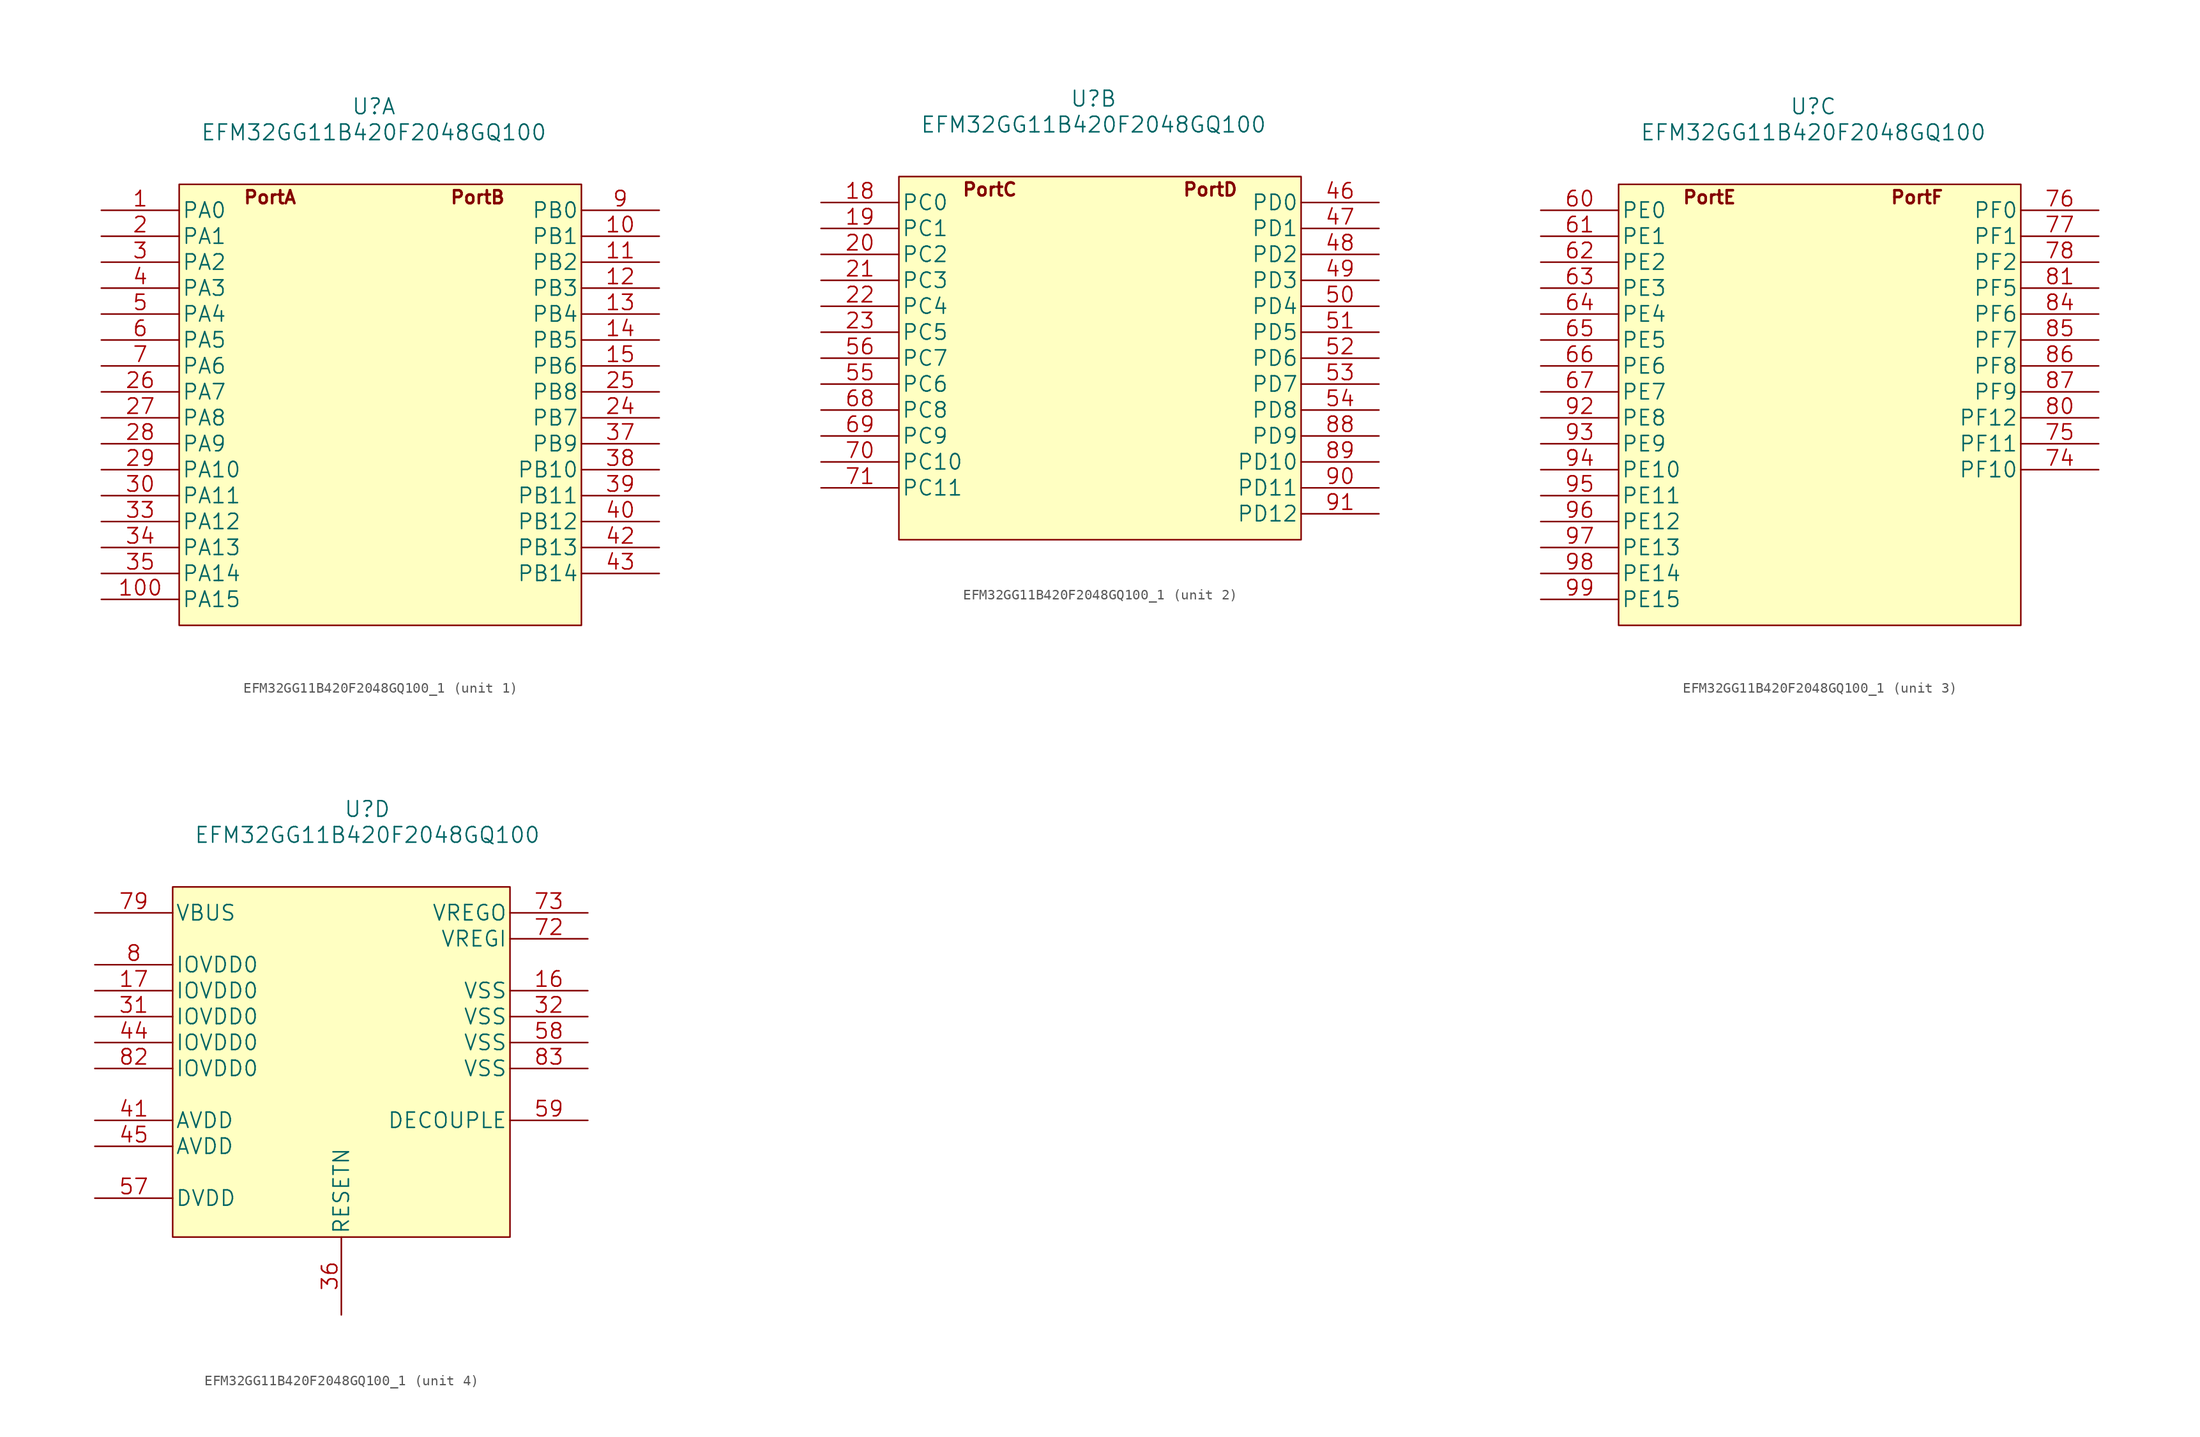
<source format=kicad_sym>
(kicad_symbol_lib
  (version 20220914)
  (generator kicad_symbol_editor)
  (symbol "EFM32GG11B420F2048GQ100_1"
    (pin_names
      (offset 0.254))
    (property "Reference" "U"
      (at 19.05 10.16 0)
      (effects (font (size 1.524 1.524))))
    (property "Value" "EFM32GG11B420F2048GQ100"
      (at 19.05 7.62 0)
      (effects (font (size 1.524 1.524))))
    (symbol "EFM32GG11B420F2048GQ100_1_1_1"
      (rectangle (start 0 2.54) (end 39.37 -40.64) (stroke (width 0) (type default)) (fill (type background)))
      (text "PortA" (at 8.89 1.27 0) (effects (font (size 1.27 1.27) bold)))
      (text "PortB" (at 29.21 1.27 0) (effects (font (size 1.27 1.27) bold)))
      (pin bidirectional line (at -7.62 0 0) (length 7.62) (name "PA0" (effects (font (size 1.499 1.499)))) (number "1" (effects (font (size 1.499 1.499)))))
      (pin bidirectional line (at 46.99 -2.54 180) (length 7.62) (name "PB1" (effects (font (size 1.499 1.499)))) (number "10" (effects (font (size 1.499 1.499)))))
      (pin bidirectional line (at -7.62 -38.1 0) (length 7.62) (name "PA15" (effects (font (size 1.499 1.499)))) (number "100" (effects (font (size 1.499 1.499)))))
      (pin bidirectional line (at 46.99 -5.08 180) (length 7.62) (name "PB2" (effects (font (size 1.499 1.499)))) (number "11" (effects (font (size 1.499 1.499)))))
      (pin bidirectional line (at 46.99 -7.62 180) (length 7.62) (name "PB3" (effects (font (size 1.499 1.499)))) (number "12" (effects (font (size 1.499 1.499)))))
      (pin bidirectional line (at 46.99 -10.16 180) (length 7.62) (name "PB4" (effects (font (size 1.499 1.499)))) (number "13" (effects (font (size 1.499 1.499)))))
      (pin bidirectional line (at 46.99 -12.7 180) (length 7.62) (name "PB5" (effects (font (size 1.499 1.499)))) (number "14" (effects (font (size 1.499 1.499)))))
      (pin bidirectional line (at 46.99 -15.24 180) (length 7.62) (name "PB6" (effects (font (size 1.499 1.499)))) (number "15" (effects (font (size 1.499 1.499)))))
      (pin bidirectional line (at -7.62 -2.54 0) (length 7.62) (name "PA1" (effects (font (size 1.499 1.499)))) (number "2" (effects (font (size 1.499 1.499)))))
      (pin bidirectional line (at 46.99 -20.32 180) (length 7.62) (name "PB7" (effects (font (size 1.499 1.499)))) (number "24" (effects (font (size 1.499 1.499)))))
      (pin bidirectional line (at 46.99 -17.78 180) (length 7.62) (name "PB8" (effects (font (size 1.499 1.499)))) (number "25" (effects (font (size 1.499 1.499)))))
      (pin bidirectional line (at -7.62 -17.78 0) (length 7.62) (name "PA7" (effects (font (size 1.499 1.499)))) (number "26" (effects (font (size 1.499 1.499)))))
      (pin bidirectional line (at -7.62 -20.32 0) (length 7.62) (name "PA8" (effects (font (size 1.499 1.499)))) (number "27" (effects (font (size 1.499 1.499)))))
      (pin bidirectional line (at -7.62 -22.86 0) (length 7.62) (name "PA9" (effects (font (size 1.499 1.499)))) (number "28" (effects (font (size 1.499 1.499)))))
      (pin bidirectional line (at -7.62 -25.4 0) (length 7.62) (name "PA10" (effects (font (size 1.499 1.499)))) (number "29" (effects (font (size 1.499 1.499)))))
      (pin bidirectional line (at -7.62 -5.08 0) (length 7.62) (name "PA2" (effects (font (size 1.499 1.499)))) (number "3" (effects (font (size 1.499 1.499)))))
      (pin bidirectional line (at -7.62 -27.94 0) (length 7.62) (name "PA11" (effects (font (size 1.499 1.499)))) (number "30" (effects (font (size 1.499 1.499)))))
      (pin bidirectional line (at -7.62 -30.48 0) (length 7.62) (name "PA12" (effects (font (size 1.499 1.499)))) (number "33" (effects (font (size 1.499 1.499)))))
      (pin bidirectional line (at -7.62 -33.02 0) (length 7.62) (name "PA13" (effects (font (size 1.499 1.499)))) (number "34" (effects (font (size 1.499 1.499)))))
      (pin bidirectional line (at -7.62 -35.56 0) (length 7.62) (name "PA14" (effects (font (size 1.499 1.499)))) (number "35" (effects (font (size 1.499 1.499)))))
      (pin bidirectional line (at 46.99 -22.86 180) (length 7.62) (name "PB9" (effects (font (size 1.499 1.499)))) (number "37" (effects (font (size 1.499 1.499)))))
      (pin bidirectional line (at 46.99 -25.4 180) (length 7.62) (name "PB10" (effects (font (size 1.499 1.499)))) (number "38" (effects (font (size 1.499 1.499)))))
      (pin bidirectional line (at 46.99 -27.94 180) (length 7.62) (name "PB11" (effects (font (size 1.499 1.499)))) (number "39" (effects (font (size 1.499 1.499)))))
      (pin bidirectional line (at -7.62 -7.62 0) (length 7.62) (name "PA3" (effects (font (size 1.499 1.499)))) (number "4" (effects (font (size 1.499 1.499)))))
      (pin bidirectional line (at 46.99 -30.48 180) (length 7.62) (name "PB12" (effects (font (size 1.499 1.499)))) (number "40" (effects (font (size 1.499 1.499)))))
      (pin bidirectional line (at 46.99 -33.02 180) (length 7.62) (name "PB13" (effects (font (size 1.499 1.499)))) (number "42" (effects (font (size 1.499 1.499)))))
      (pin bidirectional line (at 46.99 -35.56 180) (length 7.62) (name "PB14" (effects (font (size 1.499 1.499)))) (number "43" (effects (font (size 1.499 1.499)))))
      (pin bidirectional line (at -7.62 -10.16 0) (length 7.62) (name "PA4" (effects (font (size 1.499 1.499)))) (number "5" (effects (font (size 1.499 1.499)))))
      (pin bidirectional line (at -7.62 -12.7 0) (length 7.62) (name "PA5" (effects (font (size 1.499 1.499)))) (number "6" (effects (font (size 1.499 1.499)))))
      (pin bidirectional line (at -7.62 -15.24 0) (length 7.62) (name "PA6" (effects (font (size 1.499 1.499)))) (number "7" (effects (font (size 1.499 1.499)))))
      (pin bidirectional line (at 46.99 0 180) (length 7.62) (name "PB0" (effects (font (size 1.499 1.499)))) (number "9" (effects (font (size 1.499 1.499))))))
    (symbol "EFM32GG11B420F2048GQ100_1_2_1"
      (rectangle (start 0 2.54) (end 39.37 -33.02) (stroke (width 0) (type default)) (fill (type background)))
      (text "PortC" (at 8.89 1.27 0) (effects (font (size 1.27 1.27) bold)))
      (text "PortD" (at 30.48 1.27 0) (effects (font (size 1.27 1.27) bold)))
      (pin bidirectional line (at -7.62 0 0) (length 7.62) (name "PC0" (effects (font (size 1.499 1.499)))) (number "18" (effects (font (size 1.499 1.499)))))
      (pin bidirectional line (at -7.62 -2.54 0) (length 7.62) (name "PC1" (effects (font (size 1.499 1.499)))) (number "19" (effects (font (size 1.499 1.499)))))
      (pin bidirectional line (at -7.62 -5.08 0) (length 7.62) (name "PC2" (effects (font (size 1.499 1.499)))) (number "20" (effects (font (size 1.499 1.499)))))
      (pin bidirectional line (at -7.62 -7.62 0) (length 7.62) (name "PC3" (effects (font (size 1.499 1.499)))) (number "21" (effects (font (size 1.499 1.499)))))
      (pin bidirectional line (at -7.62 -10.16 0) (length 7.62) (name "PC4" (effects (font (size 1.499 1.499)))) (number "22" (effects (font (size 1.499 1.499)))))
      (pin bidirectional line (at -7.62 -12.7 0) (length 7.62) (name "PC5" (effects (font (size 1.499 1.499)))) (number "23" (effects (font (size 1.499 1.499)))))
      (pin bidirectional line (at 46.99 0 180) (length 7.62) (name "PD0" (effects (font (size 1.499 1.499)))) (number "46" (effects (font (size 1.499 1.499)))))
      (pin bidirectional line (at 46.99 -2.54 180) (length 7.62) (name "PD1" (effects (font (size 1.499 1.499)))) (number "47" (effects (font (size 1.499 1.499)))))
      (pin bidirectional line (at 46.99 -5.08 180) (length 7.62) (name "PD2" (effects (font (size 1.499 1.499)))) (number "48" (effects (font (size 1.499 1.499)))))
      (pin bidirectional line (at 46.99 -7.62 180) (length 7.62) (name "PD3" (effects (font (size 1.499 1.499)))) (number "49" (effects (font (size 1.499 1.499)))))
      (pin bidirectional line (at 46.99 -10.16 180) (length 7.62) (name "PD4" (effects (font (size 1.499 1.499)))) (number "50" (effects (font (size 1.499 1.499)))))
      (pin bidirectional line (at 46.99 -12.7 180) (length 7.62) (name "PD5" (effects (font (size 1.499 1.499)))) (number "51" (effects (font (size 1.499 1.499)))))
      (pin bidirectional line (at 46.99 -15.24 180) (length 7.62) (name "PD6" (effects (font (size 1.499 1.499)))) (number "52" (effects (font (size 1.499 1.499)))))
      (pin bidirectional line (at 46.99 -17.78 180) (length 7.62) (name "PD7" (effects (font (size 1.499 1.499)))) (number "53" (effects (font (size 1.499 1.499)))))
      (pin bidirectional line (at 46.99 -20.32 180) (length 7.62) (name "PD8" (effects (font (size 1.499 1.499)))) (number "54" (effects (font (size 1.499 1.499)))))
      (pin bidirectional line (at -7.62 -17.78 0) (length 7.62) (name "PC6" (effects (font (size 1.499 1.499)))) (number "55" (effects (font (size 1.499 1.499)))))
      (pin bidirectional line (at -7.62 -15.24 0) (length 7.62) (name "PC7" (effects (font (size 1.499 1.499)))) (number "56" (effects (font (size 1.499 1.499)))))
      (pin bidirectional line (at -7.62 -20.32 0) (length 7.62) (name "PC8" (effects (font (size 1.499 1.499)))) (number "68" (effects (font (size 1.499 1.499)))))
      (pin bidirectional line (at -7.62 -22.86 0) (length 7.62) (name "PC9" (effects (font (size 1.499 1.499)))) (number "69" (effects (font (size 1.499 1.499)))))
      (pin bidirectional line (at -7.62 -25.4 0) (length 7.62) (name "PC10" (effects (font (size 1.499 1.499)))) (number "70" (effects (font (size 1.499 1.499)))))
      (pin bidirectional line (at -7.62 -27.94 0) (length 7.62) (name "PC11" (effects (font (size 1.499 1.499)))) (number "71" (effects (font (size 1.499 1.499)))))
      (pin bidirectional line (at 46.99 -22.86 180) (length 7.62) (name "PD9" (effects (font (size 1.499 1.499)))) (number "88" (effects (font (size 1.499 1.499)))))
      (pin bidirectional line (at 46.99 -25.4 180) (length 7.62) (name "PD10" (effects (font (size 1.499 1.499)))) (number "89" (effects (font (size 1.499 1.499)))))
      (pin bidirectional line (at 46.99 -27.94 180) (length 7.62) (name "PD11" (effects (font (size 1.499 1.499)))) (number "90" (effects (font (size 1.499 1.499)))))
      (pin bidirectional line (at 46.99 -30.48 180) (length 7.62) (name "PD12" (effects (font (size 1.499 1.499)))) (number "91" (effects (font (size 1.499 1.499))))))
    (symbol "EFM32GG11B420F2048GQ100_1_3_1"
      (rectangle (start 0 2.54) (end 39.37 -40.64) (stroke (width 0) (type default)) (fill (type background)))
      (text "PortE" (at 8.89 1.27 0) (effects (font (size 1.27 1.27) bold)))
      (text "PortF" (at 29.21 1.27 0) (effects (font (size 1.27 1.27) bold)))
      (pin bidirectional line (at -7.62 0 0) (length 7.62) (name "PE0" (effects (font (size 1.499 1.499)))) (number "60" (effects (font (size 1.499 1.499)))))
      (pin bidirectional line (at -7.62 -2.54 0) (length 7.62) (name "PE1" (effects (font (size 1.499 1.499)))) (number "61" (effects (font (size 1.499 1.499)))))
      (pin bidirectional line (at -7.62 -5.08 0) (length 7.62) (name "PE2" (effects (font (size 1.499 1.499)))) (number "62" (effects (font (size 1.499 1.499)))))
      (pin bidirectional line (at -7.62 -7.62 0) (length 7.62) (name "PE3" (effects (font (size 1.499 1.499)))) (number "63" (effects (font (size 1.499 1.499)))))
      (pin bidirectional line (at -7.62 -10.16 0) (length 7.62) (name "PE4" (effects (font (size 1.499 1.499)))) (number "64" (effects (font (size 1.499 1.499)))))
      (pin bidirectional line (at -7.62 -12.7 0) (length 7.62) (name "PE5" (effects (font (size 1.499 1.499)))) (number "65" (effects (font (size 1.499 1.499)))))
      (pin bidirectional line (at -7.62 -15.24 0) (length 7.62) (name "PE6" (effects (font (size 1.499 1.499)))) (number "66" (effects (font (size 1.499 1.499)))))
      (pin bidirectional line (at -7.62 -17.78 0) (length 7.62) (name "PE7" (effects (font (size 1.499 1.499)))) (number "67" (effects (font (size 1.499 1.499)))))
      (pin bidirectional line (at 46.99 -25.4 180) (length 7.62) (name "PF10" (effects (font (size 1.499 1.499)))) (number "74" (effects (font (size 1.499 1.499)))))
      (pin bidirectional line (at 46.99 -22.86 180) (length 7.62) (name "PF11" (effects (font (size 1.499 1.499)))) (number "75" (effects (font (size 1.499 1.499)))))
      (pin bidirectional line (at 46.99 0 180) (length 7.62) (name "PF0" (effects (font (size 1.499 1.499)))) (number "76" (effects (font (size 1.499 1.499)))))
      (pin bidirectional line (at 46.99 -2.54 180) (length 7.62) (name "PF1" (effects (font (size 1.499 1.499)))) (number "77" (effects (font (size 1.499 1.499)))))
      (pin bidirectional line (at 46.99 -5.08 180) (length 7.62) (name "PF2" (effects (font (size 1.499 1.499)))) (number "78" (effects (font (size 1.499 1.499)))))
      (pin bidirectional line (at 46.99 -20.32 180) (length 7.62) (name "PF12" (effects (font (size 1.499 1.499)))) (number "80" (effects (font (size 1.499 1.499)))))
      (pin bidirectional line (at 46.99 -7.62 180) (length 7.62) (name "PF5" (effects (font (size 1.499 1.499)))) (number "81" (effects (font (size 1.499 1.499)))))
      (pin bidirectional line (at 46.99 -10.16 180) (length 7.62) (name "PF6" (effects (font (size 1.499 1.499)))) (number "84" (effects (font (size 1.499 1.499)))))
      (pin bidirectional line (at 46.99 -12.7 180) (length 7.62) (name "PF7" (effects (font (size 1.499 1.499)))) (number "85" (effects (font (size 1.499 1.499)))))
      (pin bidirectional line (at 46.99 -15.24 180) (length 7.62) (name "PF8" (effects (font (size 1.499 1.499)))) (number "86" (effects (font (size 1.499 1.499)))))
      (pin bidirectional line (at 46.99 -17.78 180) (length 7.62) (name "PF9" (effects (font (size 1.499 1.499)))) (number "87" (effects (font (size 1.499 1.499)))))
      (pin bidirectional line (at -7.62 -20.32 0) (length 7.62) (name "PE8" (effects (font (size 1.499 1.499)))) (number "92" (effects (font (size 1.499 1.499)))))
      (pin bidirectional line (at -7.62 -22.86 0) (length 7.62) (name "PE9" (effects (font (size 1.499 1.499)))) (number "93" (effects (font (size 1.499 1.499)))))
      (pin bidirectional line (at -7.62 -25.4 0) (length 7.62) (name "PE10" (effects (font (size 1.499 1.499)))) (number "94" (effects (font (size 1.499 1.499)))))
      (pin bidirectional line (at -7.62 -27.94 0) (length 7.62) (name "PE11" (effects (font (size 1.499 1.499)))) (number "95" (effects (font (size 1.499 1.499)))))
      (pin bidirectional line (at -7.62 -30.48 0) (length 7.62) (name "PE12" (effects (font (size 1.499 1.499)))) (number "96" (effects (font (size 1.499 1.499)))))
      (pin bidirectional line (at -7.62 -33.02 0) (length 7.62) (name "PE13" (effects (font (size 1.499 1.499)))) (number "97" (effects (font (size 1.499 1.499)))))
      (pin bidirectional line (at -7.62 -35.56 0) (length 7.62) (name "PE14" (effects (font (size 1.499 1.499)))) (number "98" (effects (font (size 1.499 1.499)))))
      (pin bidirectional line (at -7.62 -38.1 0) (length 7.62) (name "PE15" (effects (font (size 1.499 1.499)))) (number "99" (effects (font (size 1.499 1.499))))))
    (symbol "EFM32GG11B420F2048GQ100_1_4_1"
      (rectangle (start 0 2.54) (end 33.02 -31.75) (stroke (width 0) (type default)) (fill (type background)))
      (pin power_in line (at 40.64 -7.62 180) (length 7.62) (name "VSS" (effects (font (size 1.499 1.499)))) (number "16" (effects (font (size 1.499 1.499)))))
      (pin power_in line (at -7.62 -7.62 0) (length 7.62) (name "IOVDD0" (effects (font (size 1.499 1.499)))) (number "17" (effects (font (size 1.499 1.499)))))
      (pin power_in line (at -7.62 -10.16 0) (length 7.62) (name "IOVDD0" (effects (font (size 1.499 1.499)))) (number "31" (effects (font (size 1.499 1.499)))))
      (pin power_in line (at 40.64 -10.16 180) (length 7.62) (name "VSS" (effects (font (size 1.499 1.499)))) (number "32" (effects (font (size 1.499 1.499)))))
      (pin input line (at 16.51 -39.37 90) (length 7.62) (name "RESETN" (effects (font (size 1.499 1.499)))) (number "36" (effects (font (size 1.499 1.499)))))
      (pin power_in line (at -7.62 -20.32 0) (length 7.62) (name "AVDD" (effects (font (size 1.499 1.499)))) (number "41" (effects (font (size 1.499 1.499)))))
      (pin power_in line (at -7.62 -12.7 0) (length 7.62) (name "IOVDD0" (effects (font (size 1.499 1.499)))) (number "44" (effects (font (size 1.499 1.499)))))
      (pin power_in line (at -7.62 -22.86 0) (length 7.62) (name "AVDD" (effects (font (size 1.499 1.499)))) (number "45" (effects (font (size 1.499 1.499)))))
      (pin power_in line (at -7.62 -27.94 0) (length 7.62) (name "DVDD" (effects (font (size 1.499 1.499)))) (number "57" (effects (font (size 1.499 1.499)))))
      (pin power_in line (at 40.64 -12.7 180) (length 7.62) (name "VSS" (effects (font (size 1.499 1.499)))) (number "58" (effects (font (size 1.499 1.499)))))
      (pin output line (at 40.64 -20.32 180) (length 7.62) (name "DECOUPLE" (effects (font (size 1.499 1.499)))) (number "59" (effects (font (size 1.499 1.499)))))
      (pin input line (at 40.64 -2.54 180) (length 7.62) (name "VREGI" (effects (font (size 1.499 1.499)))) (number "72" (effects (font (size 1.499 1.499)))))
      (pin output line (at 40.64 0 180) (length 7.62) (name "VREGO" (effects (font (size 1.499 1.499)))) (number "73" (effects (font (size 1.499 1.499)))))
      (pin power_in line (at -7.62 0 0) (length 7.62) (name "VBUS" (effects (font (size 1.499 1.499)))) (number "79" (effects (font (size 1.499 1.499)))))
      (pin power_in line (at -7.62 -5.08 0) (length 7.62) (name "IOVDD0" (effects (font (size 1.499 1.499)))) (number "8" (effects (font (size 1.499 1.499)))))
      (pin power_in line (at -7.62 -15.24 0) (length 7.62) (name "IOVDD0" (effects (font (size 1.499 1.499)))) (number "82" (effects (font (size 1.499 1.499)))))
      (pin power_in line (at 40.64 -15.24 180) (length 7.62) (name "VSS" (effects (font (size 1.499 1.499)))) (number "83" (effects (font (size 1.499 1.499))))))))
</source>
